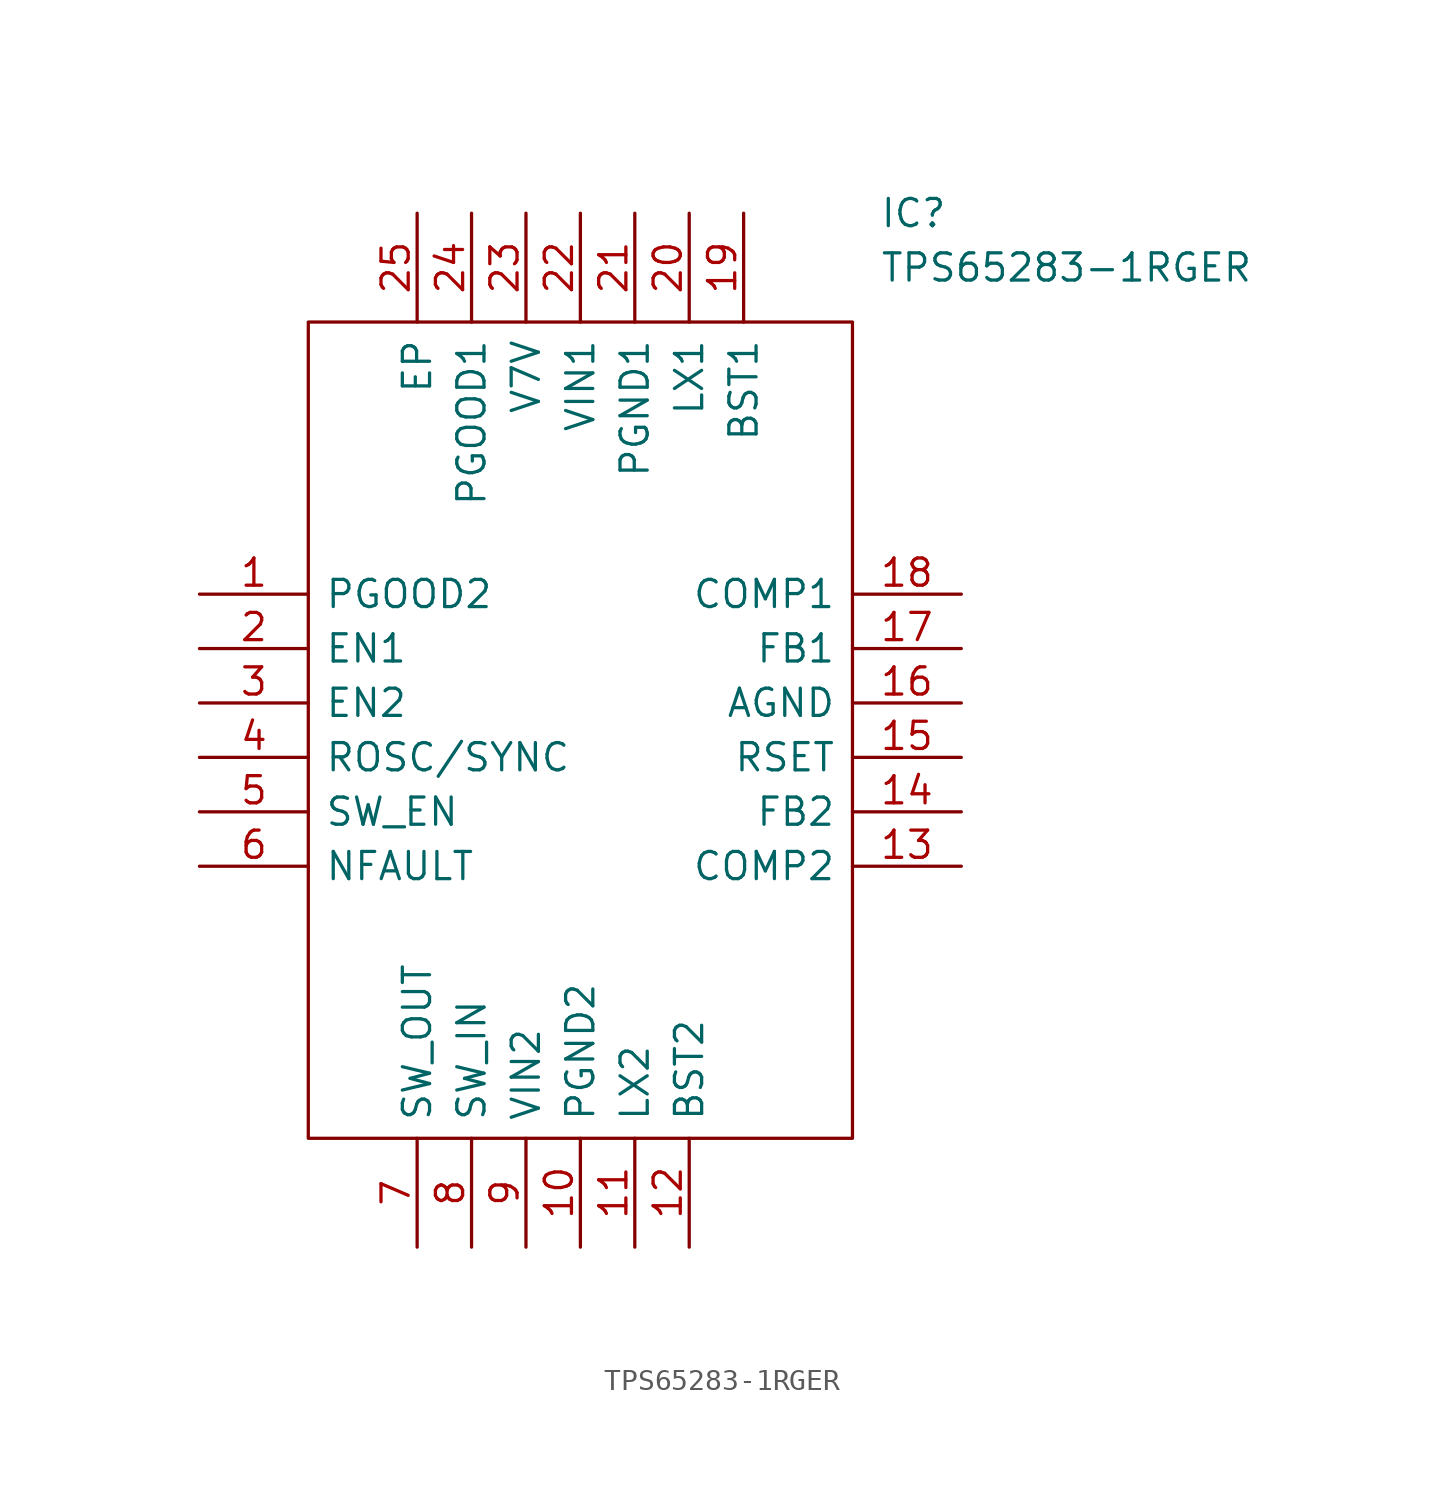
<source format=kicad_sym>
(kicad_symbol_lib
  (version 20211014)
  (generator kicad_symbol_editor)
  (symbol "TPS65283-1RGER"
    (pin_names
      (offset 0.762))
    (property "Reference" "IC"
      (at 31.75 17.78 0)
      (effects (font (size 1.27 1.27)) (justify left)))
    (property "Value" "TPS65283-1RGER"
      (at 31.75 15.24 0)
      (effects (font (size 1.27 1.27)) (justify left)))
    (symbol "TPS65283-1RGER_0_0"
      (pin passive line (at 0 0 0) (length 5.08) (name "PGOOD2" (effects (font (size 1.27 1.27)))) (number "1" (effects (font (size 1.27 1.27)))))
      (pin passive line (at 17.78 -30.48 90) (length 5.08) (name "PGND2" (effects (font (size 1.27 1.27)))) (number "10" (effects (font (size 1.27 1.27)))))
      (pin passive line (at 20.32 -30.48 90) (length 5.08) (name "LX2" (effects (font (size 1.27 1.27)))) (number "11" (effects (font (size 1.27 1.27)))))
      (pin passive line (at 22.86 -30.48 90) (length 5.08) (name "BST2" (effects (font (size 1.27 1.27)))) (number "12" (effects (font (size 1.27 1.27)))))
      (pin passive line (at 35.56 -12.7 180) (length 5.08) (name "COMP2" (effects (font (size 1.27 1.27)))) (number "13" (effects (font (size 1.27 1.27)))))
      (pin passive line (at 35.56 -10.16 180) (length 5.08) (name "FB2" (effects (font (size 1.27 1.27)))) (number "14" (effects (font (size 1.27 1.27)))))
      (pin passive line (at 35.56 -7.62 180) (length 5.08) (name "RSET" (effects (font (size 1.27 1.27)))) (number "15" (effects (font (size 1.27 1.27)))))
      (pin passive line (at 35.56 -5.08 180) (length 5.08) (name "AGND" (effects (font (size 1.27 1.27)))) (number "16" (effects (font (size 1.27 1.27)))))
      (pin passive line (at 35.56 -2.54 180) (length 5.08) (name "FB1" (effects (font (size 1.27 1.27)))) (number "17" (effects (font (size 1.27 1.27)))))
      (pin passive line (at 35.56 0 180) (length 5.08) (name "COMP1" (effects (font (size 1.27 1.27)))) (number "18" (effects (font (size 1.27 1.27)))))
      (pin passive line (at 25.4 17.78 270) (length 5.08) (name "BST1" (effects (font (size 1.27 1.27)))) (number "19" (effects (font (size 1.27 1.27)))))
      (pin passive line (at 0 -2.54 0) (length 5.08) (name "EN1" (effects (font (size 1.27 1.27)))) (number "2" (effects (font (size 1.27 1.27)))))
      (pin passive line (at 22.86 17.78 270) (length 5.08) (name "LX1" (effects (font (size 1.27 1.27)))) (number "20" (effects (font (size 1.27 1.27)))))
      (pin passive line (at 20.32 17.78 270) (length 5.08) (name "PGND1" (effects (font (size 1.27 1.27)))) (number "21" (effects (font (size 1.27 1.27)))))
      (pin passive line (at 17.78 17.78 270) (length 5.08) (name "VIN1" (effects (font (size 1.27 1.27)))) (number "22" (effects (font (size 1.27 1.27)))))
      (pin passive line (at 15.24 17.78 270) (length 5.08) (name "V7V" (effects (font (size 1.27 1.27)))) (number "23" (effects (font (size 1.27 1.27)))))
      (pin passive line (at 12.7 17.78 270) (length 5.08) (name "PGOOD1" (effects (font (size 1.27 1.27)))) (number "24" (effects (font (size 1.27 1.27)))))
      (pin passive line (at 10.16 17.78 270) (length 5.08) (name "EP" (effects (font (size 1.27 1.27)))) (number "25" (effects (font (size 1.27 1.27)))))
      (pin passive line (at 0 -5.08 0) (length 5.08) (name "EN2" (effects (font (size 1.27 1.27)))) (number "3" (effects (font (size 1.27 1.27)))))
      (pin passive line (at 0 -7.62 0) (length 5.08) (name "ROSC/SYNC" (effects (font (size 1.27 1.27)))) (number "4" (effects (font (size 1.27 1.27)))))
      (pin passive line (at 0 -10.16 0) (length 5.08) (name "SW_EN" (effects (font (size 1.27 1.27)))) (number "5" (effects (font (size 1.27 1.27)))))
      (pin passive line (at 0 -12.7 0) (length 5.08) (name "NFAULT" (effects (font (size 1.27 1.27)))) (number "6" (effects (font (size 1.27 1.27)))))
      (pin passive line (at 10.16 -30.48 90) (length 5.08) (name "SW_OUT" (effects (font (size 1.27 1.27)))) (number "7" (effects (font (size 1.27 1.27)))))
      (pin passive line (at 12.7 -30.48 90) (length 5.08) (name "SW_IN" (effects (font (size 1.27 1.27)))) (number "8" (effects (font (size 1.27 1.27)))))
      (pin passive line (at 15.24 -30.48 90) (length 5.08) (name "VIN2" (effects (font (size 1.27 1.27)))) (number "9" (effects (font (size 1.27 1.27))))))
    (symbol "TPS65283-1RGER_0_1"
      (polyline (pts (xy 5.08 12.7) (xy 30.48 12.7) (xy 30.48 -25.4) (xy 5.08 -25.4) (xy 5.08 12.7)) (stroke (width 0.152) (type default) (color 0 0 0 0)) (fill (type none))))))
</source>
